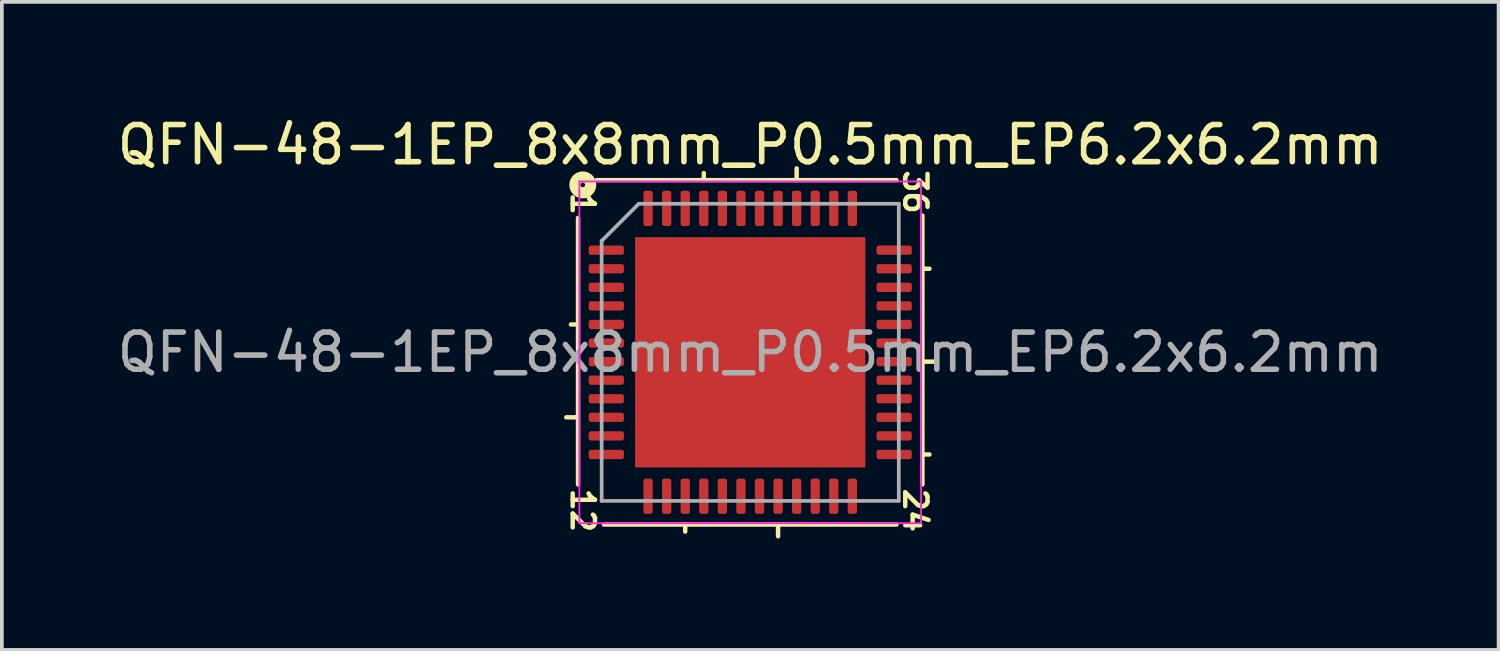
<source format=kicad_pcb>
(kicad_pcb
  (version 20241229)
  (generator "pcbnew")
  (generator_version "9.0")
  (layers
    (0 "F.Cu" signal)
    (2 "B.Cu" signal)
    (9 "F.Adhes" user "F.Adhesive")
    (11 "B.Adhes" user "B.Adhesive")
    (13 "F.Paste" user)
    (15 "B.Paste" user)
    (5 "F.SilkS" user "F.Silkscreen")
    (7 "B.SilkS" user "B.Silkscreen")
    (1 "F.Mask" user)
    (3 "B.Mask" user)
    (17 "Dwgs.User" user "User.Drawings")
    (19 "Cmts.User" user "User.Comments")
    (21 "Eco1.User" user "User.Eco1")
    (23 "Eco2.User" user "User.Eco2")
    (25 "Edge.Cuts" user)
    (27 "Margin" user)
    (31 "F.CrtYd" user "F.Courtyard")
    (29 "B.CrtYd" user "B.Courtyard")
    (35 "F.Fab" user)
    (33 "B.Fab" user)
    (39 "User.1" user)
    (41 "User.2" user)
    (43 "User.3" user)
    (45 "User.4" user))
  (footprint "QFN-48-1EP_8x8mm_P0.5mm_EP6.2x6.2mm"
    (layer "F.Cu")
    (at 17.149 6.436)
    (property "Reference" "QFN-48-1EP_8x8mm_P0.5mm_EP6.2x6.2mm" (at 0 -5.588 0) (layer "F.SilkS") (effects (font (size 1 1) (thickness 0.15))))
    (attr smd)
    (fp_line (start -4.636 -3.619) (end -4.636 3.556) (stroke (width 0.12) (type solid)) (layer "F.SilkS"))
    (fp_line (start -4.636 -0.75) (end -4.826 -0.75) (stroke (width 0.12) (type solid)) (layer "F.SilkS"))
    (fp_line (start -4.636 1.75) (end -4.953 1.75) (stroke (width 0.12) (type solid)) (layer "F.SilkS"))
    (fp_line (start -3.937 4.636) (end 3.937 4.636) (stroke (width 0.12) (type solid)) (layer "F.SilkS"))
    (fp_line (start -1.75 4.636) (end -1.75 4.826) (stroke (width 0.12) (type solid)) (layer "F.SilkS"))
    (fp_line (start -1.25 -4.636) (end -1.25 -4.826) (stroke (width 0.12) (type solid)) (layer "F.SilkS"))
    (fp_line (start 0.75 4.636) (end 0.75 4.953) (stroke (width 0.12) (type solid)) (layer "F.SilkS"))
    (fp_line (start 1.25 -4.636) (end 1.25 -4.953) (stroke (width 0.12) (type solid)) (layer "F.SilkS"))
    (fp_line (start 3.937 -4.636) (end -4.128 -4.636) (stroke (width 0.12) (type solid)) (layer "F.SilkS"))
    (fp_line (start 4.636 -2.25) (end 4.826 -2.25) (stroke (width 0.12) (type solid)) (layer "F.SilkS"))
    (fp_line (start 4.636 0.25) (end 4.953 0.25) (stroke (width 0.12) (type solid)) (layer "F.SilkS"))
    (fp_line (start 4.636 2.75) (end 4.826 2.75) (stroke (width 0.12) (type solid)) (layer "F.SilkS"))
    (fp_line (start 4.636 3.556) (end 4.636 -3.683) (stroke (width 0.12) (type solid)) (layer "F.SilkS"))
    (fp_circle (center -4.508 -4.508) (end -4.445 -4.508) (stroke (width 0.3) (type solid)) (fill no) (layer "F.SilkS"))
    (fp_line (start -4.6 -4.6) (end -4.6 4.6) (stroke (width 0.05) (type solid)) (layer "F.CrtYd"))
    (fp_line (start -4.6 4.6) (end 4.6 4.6) (stroke (width 0.05) (type solid)) (layer "F.CrtYd"))
    (fp_line (start 4.6 -4.6) (end -4.6 -4.6) (stroke (width 0.05) (type solid)) (layer "F.CrtYd"))
    (fp_line (start 4.6 4.6) (end 4.6 -4.6) (stroke (width 0.05) (type solid)) (layer "F.CrtYd"))
    (fp_line (start -4 -3) (end -3 -4) (stroke (width 0.1) (type solid)) (layer "F.Fab"))
    (fp_line (start -4 4) (end -4 -3) (stroke (width 0.1) (type solid)) (layer "F.Fab"))
    (fp_line (start -3 -4) (end 4 -4) (stroke (width 0.1) (type solid)) (layer "F.Fab"))
    (fp_line (start 4 -4) (end 4 4) (stroke (width 0.1) (type solid)) (layer "F.Fab"))
    (fp_line (start 4 4) (end -4 4) (stroke (width 0.1) (type solid)) (layer "F.Fab"))
    (fp_text user "36" (at 4.445 -4.318 270) (unlocked yes) (layer "F.SilkS") (effects (font (size 0.6 0.6) (thickness 0.12))))
    (fp_text user "12" (at -4.508 4.255 270) (unlocked yes) (layer "F.SilkS") (effects (font (size 0.6 0.6) (thickness 0.12))))
    (fp_text user "1" (at -4.508 -4 270) (unlocked yes) (layer "F.SilkS") (effects (font (size 0.6 0.6) (thickness 0.12))))
    (fp_text user "24" (at 4.445 4.255 270) (unlocked yes) (layer "F.SilkS") (effects (font (size 0.6 0.6) (thickness 0.12))))
    (fp_text user "${REFERENCE}" (at 0 0 0) (layer "F.Fab") (effects (font (size 1 1) (thickness 0.15))))
    (pad "" smd roundrect (at -2.48 -2.48) (size 1 1) (layers "F.Paste") (roundrect_rratio 0.25))
    (pad "" smd roundrect (at -2.48 -1.24) (size 1 1) (layers "F.Paste") (roundrect_rratio 0.25))
    (pad "" smd roundrect (at -2.48 0) (size 1 1) (layers "F.Paste") (roundrect_rratio 0.25))
    (pad "" smd roundrect (at -2.48 1.24) (size 1 1) (layers "F.Paste") (roundrect_rratio 0.25))
    (pad "" smd roundrect (at -2.48 2.48) (size 1 1) (layers "F.Paste") (roundrect_rratio 0.25))
    (pad "" smd roundrect (at -1.24 -2.48) (size 1 1) (layers "F.Paste") (roundrect_rratio 0.25))
    (pad "" smd roundrect (at -1.24 -1.24) (size 1 1) (layers "F.Paste") (roundrect_rratio 0.25))
    (pad "" smd roundrect (at -1.24 0) (size 1 1) (layers "F.Paste") (roundrect_rratio 0.25))
    (pad "" smd roundrect (at -1.24 1.24) (size 1 1) (layers "F.Paste") (roundrect_rratio 0.25))
    (pad "" smd roundrect (at -1.24 2.48) (size 1 1) (layers "F.Paste") (roundrect_rratio 0.25))
    (pad "" smd roundrect (at 0 -2.48) (size 1 1) (layers "F.Paste") (roundrect_rratio 0.25))
    (pad "" smd roundrect (at 0 -1.24) (size 1 1) (layers "F.Paste") (roundrect_rratio 0.25))
    (pad "" smd roundrect (at 0 0) (size 1 1) (layers "F.Paste") (roundrect_rratio 0.25))
    (pad "" smd roundrect (at 0 1.24) (size 1 1) (layers "F.Paste") (roundrect_rratio 0.25))
    (pad "" smd roundrect (at 0 2.48) (size 1 1) (layers "F.Paste") (roundrect_rratio 0.25))
    (pad "" smd roundrect (at 1.24 -2.48) (size 1 1) (layers "F.Paste") (roundrect_rratio 0.25))
    (pad "" smd roundrect (at 1.24 -1.24) (size 1 1) (layers "F.Paste") (roundrect_rratio 0.25))
    (pad "" smd roundrect (at 1.24 0) (size 1 1) (layers "F.Paste") (roundrect_rratio 0.25))
    (pad "" smd roundrect (at 1.24 1.24) (size 1 1) (layers "F.Paste") (roundrect_rratio 0.25))
    (pad "" smd roundrect (at 1.24 2.48) (size 1 1) (layers "F.Paste") (roundrect_rratio 0.25))
    (pad "" smd roundrect (at 2.48 -2.48) (size 1 1) (layers "F.Paste") (roundrect_rratio 0.25))
    (pad "" smd roundrect (at 2.48 -1.24) (size 1 1) (layers "F.Paste") (roundrect_rratio 0.25))
    (pad "" smd roundrect (at 2.48 0) (size 1 1) (layers "F.Paste") (roundrect_rratio 0.25))
    (pad "" smd roundrect (at 2.48 1.24) (size 1 1) (layers "F.Paste") (roundrect_rratio 0.25))
    (pad "" smd roundrect (at 2.48 2.48) (size 1 1) (layers "F.Paste") (roundrect_rratio 0.25))
    (pad "1" smd roundrect (at -3.875 -2.75) (size 0.95 0.25) (layers "F.Cu" "F.Mask" "F.Paste") (roundrect_rratio 0.25))
    (pad "2" smd roundrect (at -3.875 -2.25) (size 0.95 0.25) (layers "F.Cu" "F.Mask" "F.Paste") (roundrect_rratio 0.25))
    (pad "3" smd roundrect (at -3.875 -1.75) (size 0.95 0.25) (layers "F.Cu" "F.Mask" "F.Paste") (roundrect_rratio 0.25))
    (pad "4" smd roundrect (at -3.875 -1.25) (size 0.95 0.25) (layers "F.Cu" "F.Mask" "F.Paste") (roundrect_rratio 0.25))
    (pad "5" smd roundrect (at -3.875 -0.75) (size 0.95 0.25) (layers "F.Cu" "F.Mask" "F.Paste") (roundrect_rratio 0.25))
    (pad "6" smd roundrect (at -3.875 -0.25) (size 0.95 0.25) (layers "F.Cu" "F.Mask" "F.Paste") (roundrect_rratio 0.25))
    (pad "7" smd roundrect (at -3.875 0.25) (size 0.95 0.25) (layers "F.Cu" "F.Mask" "F.Paste") (roundrect_rratio 0.25))
    (pad "8" smd roundrect (at -3.875 0.75) (size 0.95 0.25) (layers "F.Cu" "F.Mask" "F.Paste") (roundrect_rratio 0.25))
    (pad "9" smd roundrect (at -3.875 1.25) (size 0.95 0.25) (layers "F.Cu" "F.Mask" "F.Paste") (roundrect_rratio 0.25))
    (pad "10" smd roundrect (at -3.875 1.75) (size 0.95 0.25) (layers "F.Cu" "F.Mask" "F.Paste") (roundrect_rratio 0.25))
    (pad "11" smd roundrect (at -3.875 2.25) (size 0.95 0.25) (layers "F.Cu" "F.Mask" "F.Paste") (roundrect_rratio 0.25))
    (pad "12" smd roundrect (at -3.875 2.75) (size 0.95 0.25) (layers "F.Cu" "F.Mask" "F.Paste") (roundrect_rratio 0.25))
    (pad "13" smd roundrect (at -2.75 3.875) (size 0.25 0.95) (layers "F.Cu" "F.Mask" "F.Paste") (roundrect_rratio 0.25))
    (pad "14" smd roundrect (at -2.25 3.875) (size 0.25 0.95) (layers "F.Cu" "F.Mask" "F.Paste") (roundrect_rratio 0.25))
    (pad "15" smd roundrect (at -1.75 3.875) (size 0.25 0.95) (layers "F.Cu" "F.Mask" "F.Paste") (roundrect_rratio 0.25))
    (pad "16" smd roundrect (at -1.25 3.875) (size 0.25 0.95) (layers "F.Cu" "F.Mask" "F.Paste") (roundrect_rratio 0.25))
    (pad "17" smd roundrect (at -0.75 3.875) (size 0.25 0.95) (layers "F.Cu" "F.Mask" "F.Paste") (roundrect_rratio 0.25))
    (pad "18" smd roundrect (at -0.25 3.875) (size 0.25 0.95) (layers "F.Cu" "F.Mask" "F.Paste") (roundrect_rratio 0.25))
    (pad "19" smd roundrect (at 0.25 3.875) (size 0.25 0.95) (layers "F.Cu" "F.Mask" "F.Paste") (roundrect_rratio 0.25))
    (pad "20" smd roundrect (at 0.75 3.875) (size 0.25 0.95) (layers "F.Cu" "F.Mask" "F.Paste") (roundrect_rratio 0.25))
    (pad "21" smd roundrect (at 1.25 3.875) (size 0.25 0.95) (layers "F.Cu" "F.Mask" "F.Paste") (roundrect_rratio 0.25))
    (pad "22" smd roundrect (at 1.75 3.875) (size 0.25 0.95) (layers "F.Cu" "F.Mask" "F.Paste") (roundrect_rratio 0.25))
    (pad "23" smd roundrect (at 2.25 3.875) (size 0.25 0.95) (layers "F.Cu" "F.Mask" "F.Paste") (roundrect_rratio 0.25))
    (pad "24" smd roundrect (at 2.75 3.875) (size 0.25 0.95) (layers "F.Cu" "F.Mask" "F.Paste") (roundrect_rratio 0.25))
    (pad "25" smd roundrect (at 3.875 2.75) (size 0.95 0.25) (layers "F.Cu" "F.Mask" "F.Paste") (roundrect_rratio 0.25))
    (pad "26" smd roundrect (at 3.875 2.25) (size 0.95 0.25) (layers "F.Cu" "F.Mask" "F.Paste") (roundrect_rratio 0.25))
    (pad "27" smd roundrect (at 3.875 1.75) (size 0.95 0.25) (layers "F.Cu" "F.Mask" "F.Paste") (roundrect_rratio 0.25))
    (pad "28" smd roundrect (at 3.875 1.25) (size 0.95 0.25) (layers "F.Cu" "F.Mask" "F.Paste") (roundrect_rratio 0.25))
    (pad "29" smd roundrect (at 3.875 0.75) (size 0.95 0.25) (layers "F.Cu" "F.Mask" "F.Paste") (roundrect_rratio 0.25))
    (pad "30" smd roundrect (at 3.875 0.25) (size 0.95 0.25) (layers "F.Cu" "F.Mask" "F.Paste") (roundrect_rratio 0.25))
    (pad "31" smd roundrect (at 3.875 -0.25) (size 0.95 0.25) (layers "F.Cu" "F.Mask" "F.Paste") (roundrect_rratio 0.25))
    (pad "32" smd roundrect (at 3.875 -0.75) (size 0.95 0.25) (layers "F.Cu" "F.Mask" "F.Paste") (roundrect_rratio 0.25))
    (pad "33" smd roundrect (at 3.875 -1.25) (size 0.95 0.25) (layers "F.Cu" "F.Mask" "F.Paste") (roundrect_rratio 0.25))
    (pad "34" smd roundrect (at 3.875 -1.75) (size 0.95 0.25) (layers "F.Cu" "F.Mask" "F.Paste") (roundrect_rratio 0.25))
    (pad "35" smd roundrect (at 3.875 -2.25) (size 0.95 0.25) (layers "F.Cu" "F.Mask" "F.Paste") (roundrect_rratio 0.25))
    (pad "36" smd roundrect (at 3.875 -2.75) (size 0.95 0.25) (layers "F.Cu" "F.Mask" "F.Paste") (roundrect_rratio 0.25))
    (pad "37" smd roundrect (at 2.75 -3.875) (size 0.25 0.95) (layers "F.Cu" "F.Mask" "F.Paste") (roundrect_rratio 0.25))
    (pad "38" smd roundrect (at 2.25 -3.875) (size 0.25 0.95) (layers "F.Cu" "F.Mask" "F.Paste") (roundrect_rratio 0.25))
    (pad "39" smd roundrect (at 1.75 -3.875) (size 0.25 0.95) (layers "F.Cu" "F.Mask" "F.Paste") (roundrect_rratio 0.25))
    (pad "40" smd roundrect (at 1.25 -3.875) (size 0.25 0.95) (layers "F.Cu" "F.Mask" "F.Paste") (roundrect_rratio 0.25))
    (pad "41" smd roundrect (at 0.75 -3.875) (size 0.25 0.95) (layers "F.Cu" "F.Mask" "F.Paste") (roundrect_rratio 0.25))
    (pad "42" smd roundrect (at 0.25 -3.875) (size 0.25 0.95) (layers "F.Cu" "F.Mask" "F.Paste") (roundrect_rratio 0.25))
    (pad "43" smd roundrect (at -0.25 -3.875) (size 0.25 0.95) (layers "F.Cu" "F.Mask" "F.Paste") (roundrect_rratio 0.25))
    (pad "44" smd roundrect (at -0.75 -3.875) (size 0.25 0.95) (layers "F.Cu" "F.Mask" "F.Paste") (roundrect_rratio 0.25))
    (pad "45" smd roundrect (at -1.25 -3.875) (size 0.25 0.95) (layers "F.Cu" "F.Mask" "F.Paste") (roundrect_rratio 0.25))
    (pad "46" smd roundrect (at -1.75 -3.875) (size 0.25 0.95) (layers "F.Cu" "F.Mask" "F.Paste") (roundrect_rratio 0.25))
    (pad "47" smd roundrect (at -2.25 -3.875) (size 0.25 0.95) (layers "F.Cu" "F.Mask" "F.Paste") (roundrect_rratio 0.25))
    (pad "48" smd roundrect (at -2.75 -3.875) (size 0.25 0.95) (layers "F.Cu" "F.Mask" "F.Paste") (roundrect_rratio 0.25))
    (pad "49" smd rect (at 0 0) (size 6.2 6.2) (layers "F.Cu" "F.Mask")))
  (gr_rect
    (start -3 -3)
    (end 37.298 14.449)
    (stroke (width 0.1) (type default))
    (fill no)
    (layer "Edge.Cuts")))
</source>
